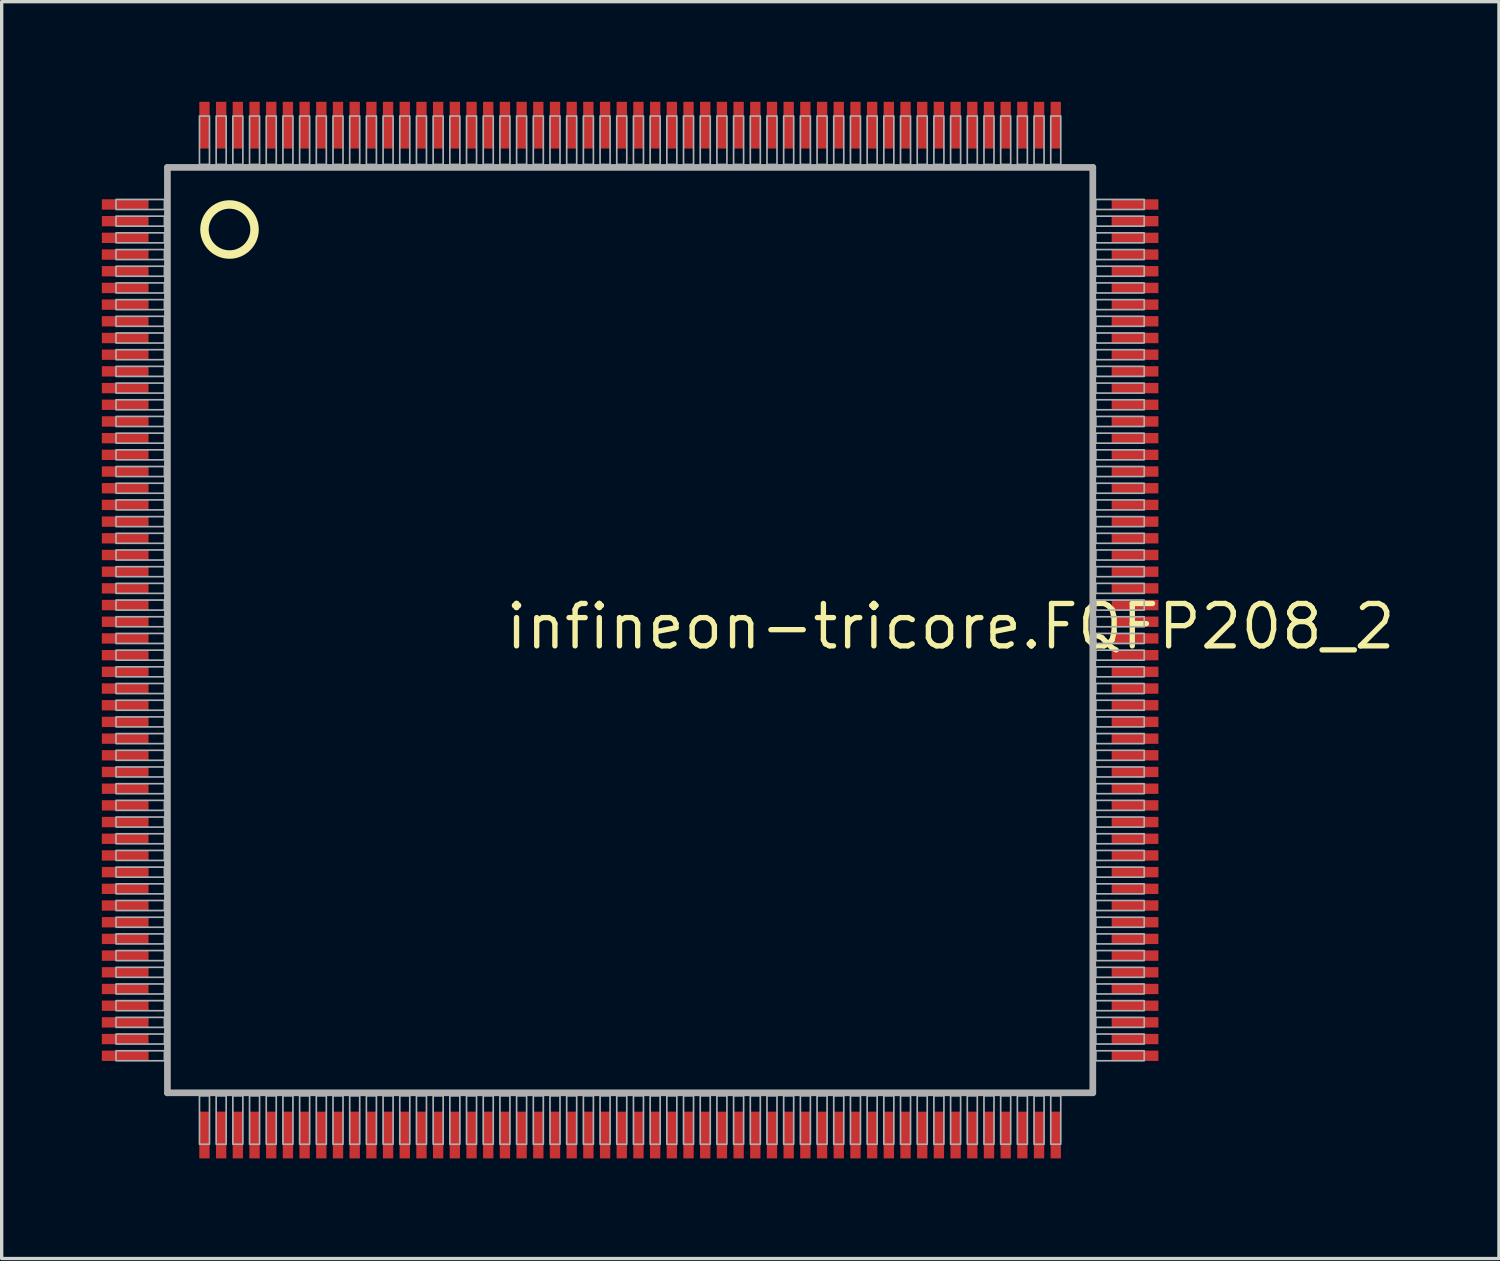
<source format=kicad_pcb>
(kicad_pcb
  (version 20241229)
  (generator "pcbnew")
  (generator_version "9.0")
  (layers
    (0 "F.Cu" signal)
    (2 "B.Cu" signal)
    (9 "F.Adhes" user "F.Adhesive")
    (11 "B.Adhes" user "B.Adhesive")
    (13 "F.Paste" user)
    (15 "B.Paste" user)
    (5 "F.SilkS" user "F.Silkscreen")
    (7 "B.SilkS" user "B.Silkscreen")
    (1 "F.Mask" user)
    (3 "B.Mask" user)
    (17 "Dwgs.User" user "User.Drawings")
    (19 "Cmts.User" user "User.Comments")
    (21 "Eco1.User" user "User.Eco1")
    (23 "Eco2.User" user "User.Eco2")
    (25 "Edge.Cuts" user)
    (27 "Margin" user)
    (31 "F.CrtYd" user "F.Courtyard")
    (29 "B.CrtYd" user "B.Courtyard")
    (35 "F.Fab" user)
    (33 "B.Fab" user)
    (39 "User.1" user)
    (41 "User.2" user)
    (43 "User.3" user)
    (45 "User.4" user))
  (footprint "infineon-tricore.FQFP208_2"
    (layer "F.Cu")
    (at 15.825 15.825)
    (property "Reference" "infineon-tricore.FQFP208_2" (at -3.81 0.635 0) (layer "F.SilkS") (effects (font (size 1.27 1.27) (thickness 0.16)) (justify left bottom)))
    (attr smd)
    (fp_circle (center -12 -12) (end -11.25 -12) (stroke (width 0.254) (type default)) (fill no) (layer "F.SilkS"))
    (fp_line (start -13.86 -13.86) (end -13.86 13.86) (stroke (width 0.2) (type default)) (layer "F.Fab"))
    (fp_line (start -13.86 13.86) (end 13.86 13.86) (stroke (width 0.2) (type default)) (layer "F.Fab"))
    (fp_line (start 13.86 -13.86) (end -13.86 -13.86) (stroke (width 0.2) (type default)) (layer "F.Fab"))
    (fp_line (start 13.86 13.86) (end 13.86 -13.86) (stroke (width 0.2) (type default)) (layer "F.Fab"))
    (fp_rect (start -15.4 -12.6) (end -13.95 -12.9) (stroke (width 0.05) (type default)) (fill no) (layer "F.Fab"))
    (fp_rect (start -15.4 -12.1) (end -13.95 -12.4) (stroke (width 0.05) (type default)) (fill no) (layer "F.Fab"))
    (fp_rect (start -15.4 -11.6) (end -13.95 -11.9) (stroke (width 0.05) (type default)) (fill no) (layer "F.Fab"))
    (fp_rect (start -15.4 -11.1) (end -13.95 -11.4) (stroke (width 0.05) (type default)) (fill no) (layer "F.Fab"))
    (fp_rect (start -15.4 -10.6) (end -13.95 -10.9) (stroke (width 0.05) (type default)) (fill no) (layer "F.Fab"))
    (fp_rect (start -15.4 -10.1) (end -13.95 -10.4) (stroke (width 0.05) (type default)) (fill no) (layer "F.Fab"))
    (fp_rect (start -15.4 -9.6) (end -13.95 -9.9) (stroke (width 0.05) (type default)) (fill no) (layer "F.Fab"))
    (fp_rect (start -15.4 -9.1) (end -13.95 -9.4) (stroke (width 0.05) (type default)) (fill no) (layer "F.Fab"))
    (fp_rect (start -15.4 -8.6) (end -13.95 -8.9) (stroke (width 0.05) (type default)) (fill no) (layer "F.Fab"))
    (fp_rect (start -15.4 -8.1) (end -13.95 -8.4) (stroke (width 0.05) (type default)) (fill no) (layer "F.Fab"))
    (fp_rect (start -15.4 -7.6) (end -13.95 -7.9) (stroke (width 0.05) (type default)) (fill no) (layer "F.Fab"))
    (fp_rect (start -15.4 -7.1) (end -13.95 -7.4) (stroke (width 0.05) (type default)) (fill no) (layer "F.Fab"))
    (fp_rect (start -15.4 -6.6) (end -13.95 -6.9) (stroke (width 0.05) (type default)) (fill no) (layer "F.Fab"))
    (fp_rect (start -15.4 -6.1) (end -13.95 -6.4) (stroke (width 0.05) (type default)) (fill no) (layer "F.Fab"))
    (fp_rect (start -15.4 -5.6) (end -13.95 -5.9) (stroke (width 0.05) (type default)) (fill no) (layer "F.Fab"))
    (fp_rect (start -15.4 -5.1) (end -13.95 -5.4) (stroke (width 0.05) (type default)) (fill no) (layer "F.Fab"))
    (fp_rect (start -15.4 -4.6) (end -13.95 -4.9) (stroke (width 0.05) (type default)) (fill no) (layer "F.Fab"))
    (fp_rect (start -15.4 -4.1) (end -13.95 -4.4) (stroke (width 0.05) (type default)) (fill no) (layer "F.Fab"))
    (fp_rect (start -15.4 -3.6) (end -13.95 -3.9) (stroke (width 0.05) (type default)) (fill no) (layer "F.Fab"))
    (fp_rect (start -15.4 -3.1) (end -13.95 -3.4) (stroke (width 0.05) (type default)) (fill no) (layer "F.Fab"))
    (fp_rect (start -15.4 -2.6) (end -13.95 -2.9) (stroke (width 0.05) (type default)) (fill no) (layer "F.Fab"))
    (fp_rect (start -15.4 -2.1) (end -13.95 -2.4) (stroke (width 0.05) (type default)) (fill no) (layer "F.Fab"))
    (fp_rect (start -15.4 -1.6) (end -13.95 -1.9) (stroke (width 0.05) (type default)) (fill no) (layer "F.Fab"))
    (fp_rect (start -15.4 -1.1) (end -13.95 -1.4) (stroke (width 0.05) (type default)) (fill no) (layer "F.Fab"))
    (fp_rect (start -15.4 -0.6) (end -13.95 -0.9) (stroke (width 0.05) (type default)) (fill no) (layer "F.Fab"))
    (fp_rect (start -15.4 -0.1) (end -13.95 -0.4) (stroke (width 0.05) (type default)) (fill no) (layer "F.Fab"))
    (fp_rect (start -15.4 0.4) (end -13.95 0.1) (stroke (width 0.05) (type default)) (fill no) (layer "F.Fab"))
    (fp_rect (start -15.4 0.9) (end -13.95 0.6) (stroke (width 0.05) (type default)) (fill no) (layer "F.Fab"))
    (fp_rect (start -15.4 1.4) (end -13.95 1.1) (stroke (width 0.05) (type default)) (fill no) (layer "F.Fab"))
    (fp_rect (start -15.4 1.9) (end -13.95 1.6) (stroke (width 0.05) (type default)) (fill no) (layer "F.Fab"))
    (fp_rect (start -15.4 2.4) (end -13.95 2.1) (stroke (width 0.05) (type default)) (fill no) (layer "F.Fab"))
    (fp_rect (start -15.4 2.9) (end -13.95 2.6) (stroke (width 0.05) (type default)) (fill no) (layer "F.Fab"))
    (fp_rect (start -15.4 3.4) (end -13.95 3.1) (stroke (width 0.05) (type default)) (fill no) (layer "F.Fab"))
    (fp_rect (start -15.4 3.9) (end -13.95 3.6) (stroke (width 0.05) (type default)) (fill no) (layer "F.Fab"))
    (fp_rect (start -15.4 4.4) (end -13.95 4.1) (stroke (width 0.05) (type default)) (fill no) (layer "F.Fab"))
    (fp_rect (start -15.4 4.9) (end -13.95 4.6) (stroke (width 0.05) (type default)) (fill no) (layer "F.Fab"))
    (fp_rect (start -15.4 5.4) (end -13.95 5.1) (stroke (width 0.05) (type default)) (fill no) (layer "F.Fab"))
    (fp_rect (start -15.4 5.9) (end -13.95 5.6) (stroke (width 0.05) (type default)) (fill no) (layer "F.Fab"))
    (fp_rect (start -15.4 6.4) (end -13.95 6.1) (stroke (width 0.05) (type default)) (fill no) (layer "F.Fab"))
    (fp_rect (start -15.4 6.9) (end -13.95 6.6) (stroke (width 0.05) (type default)) (fill no) (layer "F.Fab"))
    (fp_rect (start -15.4 7.4) (end -13.95 7.1) (stroke (width 0.05) (type default)) (fill no) (layer "F.Fab"))
    (fp_rect (start -15.4 7.9) (end -13.95 7.6) (stroke (width 0.05) (type default)) (fill no) (layer "F.Fab"))
    (fp_rect (start -15.4 8.4) (end -13.95 8.1) (stroke (width 0.05) (type default)) (fill no) (layer "F.Fab"))
    (fp_rect (start -15.4 8.9) (end -13.95 8.6) (stroke (width 0.05) (type default)) (fill no) (layer "F.Fab"))
    (fp_rect (start -15.4 9.4) (end -13.95 9.1) (stroke (width 0.05) (type default)) (fill no) (layer "F.Fab"))
    (fp_rect (start -15.4 9.9) (end -13.95 9.6) (stroke (width 0.05) (type default)) (fill no) (layer "F.Fab"))
    (fp_rect (start -15.4 10.4) (end -13.95 10.1) (stroke (width 0.05) (type default)) (fill no) (layer "F.Fab"))
    (fp_rect (start -15.4 10.9) (end -13.95 10.6) (stroke (width 0.05) (type default)) (fill no) (layer "F.Fab"))
    (fp_rect (start -15.4 11.4) (end -13.95 11.1) (stroke (width 0.05) (type default)) (fill no) (layer "F.Fab"))
    (fp_rect (start -15.4 11.9) (end -13.95 11.6) (stroke (width 0.05) (type default)) (fill no) (layer "F.Fab"))
    (fp_rect (start -15.4 12.4) (end -13.95 12.1) (stroke (width 0.05) (type default)) (fill no) (layer "F.Fab"))
    (fp_rect (start -15.4 12.9) (end -13.95 12.6) (stroke (width 0.05) (type default)) (fill no) (layer "F.Fab"))
    (fp_rect (start -12.9 -13.95) (end -12.6 -15.4) (stroke (width 0.05) (type default)) (fill no) (layer "F.Fab"))
    (fp_rect (start -12.9 15.4) (end -12.6 13.95) (stroke (width 0.05) (type default)) (fill no) (layer "F.Fab"))
    (fp_rect (start -12.4 -13.95) (end -12.1 -15.4) (stroke (width 0.05) (type default)) (fill no) (layer "F.Fab"))
    (fp_rect (start -12.4 15.4) (end -12.1 13.95) (stroke (width 0.05) (type default)) (fill no) (layer "F.Fab"))
    (fp_rect (start -11.9 -13.95) (end -11.6 -15.4) (stroke (width 0.05) (type default)) (fill no) (layer "F.Fab"))
    (fp_rect (start -11.9 15.4) (end -11.6 13.95) (stroke (width 0.05) (type default)) (fill no) (layer "F.Fab"))
    (fp_rect (start -11.4 -13.95) (end -11.1 -15.4) (stroke (width 0.05) (type default)) (fill no) (layer "F.Fab"))
    (fp_rect (start -11.4 15.4) (end -11.1 13.95) (stroke (width 0.05) (type default)) (fill no) (layer "F.Fab"))
    (fp_rect (start -10.9 -13.95) (end -10.6 -15.4) (stroke (width 0.05) (type default)) (fill no) (layer "F.Fab"))
    (fp_rect (start -10.9 15.4) (end -10.6 13.95) (stroke (width 0.05) (type default)) (fill no) (layer "F.Fab"))
    (fp_rect (start -10.4 -13.95) (end -10.1 -15.4) (stroke (width 0.05) (type default)) (fill no) (layer "F.Fab"))
    (fp_rect (start -10.4 15.4) (end -10.1 13.95) (stroke (width 0.05) (type default)) (fill no) (layer "F.Fab"))
    (fp_rect (start -9.9 -13.95) (end -9.6 -15.4) (stroke (width 0.05) (type default)) (fill no) (layer "F.Fab"))
    (fp_rect (start -9.9 15.4) (end -9.6 13.95) (stroke (width 0.05) (type default)) (fill no) (layer "F.Fab"))
    (fp_rect (start -9.4 -13.95) (end -9.1 -15.4) (stroke (width 0.05) (type default)) (fill no) (layer "F.Fab"))
    (fp_rect (start -9.4 15.4) (end -9.1 13.95) (stroke (width 0.05) (type default)) (fill no) (layer "F.Fab"))
    (fp_rect (start -8.9 -13.95) (end -8.6 -15.4) (stroke (width 0.05) (type default)) (fill no) (layer "F.Fab"))
    (fp_rect (start -8.9 15.4) (end -8.6 13.95) (stroke (width 0.05) (type default)) (fill no) (layer "F.Fab"))
    (fp_rect (start -8.4 -13.95) (end -8.1 -15.4) (stroke (width 0.05) (type default)) (fill no) (layer "F.Fab"))
    (fp_rect (start -8.4 15.4) (end -8.1 13.95) (stroke (width 0.05) (type default)) (fill no) (layer "F.Fab"))
    (fp_rect (start -7.9 -13.95) (end -7.6 -15.4) (stroke (width 0.05) (type default)) (fill no) (layer "F.Fab"))
    (fp_rect (start -7.9 15.4) (end -7.6 13.95) (stroke (width 0.05) (type default)) (fill no) (layer "F.Fab"))
    (fp_rect (start -7.4 -13.95) (end -7.1 -15.4) (stroke (width 0.05) (type default)) (fill no) (layer "F.Fab"))
    (fp_rect (start -7.4 15.4) (end -7.1 13.95) (stroke (width 0.05) (type default)) (fill no) (layer "F.Fab"))
    (fp_rect (start -6.9 -13.95) (end -6.6 -15.4) (stroke (width 0.05) (type default)) (fill no) (layer "F.Fab"))
    (fp_rect (start -6.9 15.4) (end -6.6 13.95) (stroke (width 0.05) (type default)) (fill no) (layer "F.Fab"))
    (fp_rect (start -6.4 -13.95) (end -6.1 -15.4) (stroke (width 0.05) (type default)) (fill no) (layer "F.Fab"))
    (fp_rect (start -6.4 15.4) (end -6.1 13.95) (stroke (width 0.05) (type default)) (fill no) (layer "F.Fab"))
    (fp_rect (start -5.9 -13.95) (end -5.6 -15.4) (stroke (width 0.05) (type default)) (fill no) (layer "F.Fab"))
    (fp_rect (start -5.9 15.4) (end -5.6 13.95) (stroke (width 0.05) (type default)) (fill no) (layer "F.Fab"))
    (fp_rect (start -5.4 -13.95) (end -5.1 -15.4) (stroke (width 0.05) (type default)) (fill no) (layer "F.Fab"))
    (fp_rect (start -5.4 15.4) (end -5.1 13.95) (stroke (width 0.05) (type default)) (fill no) (layer "F.Fab"))
    (fp_rect (start -4.9 -13.95) (end -4.6 -15.4) (stroke (width 0.05) (type default)) (fill no) (layer "F.Fab"))
    (fp_rect (start -4.9 15.4) (end -4.6 13.95) (stroke (width 0.05) (type default)) (fill no) (layer "F.Fab"))
    (fp_rect (start -4.4 -13.95) (end -4.1 -15.4) (stroke (width 0.05) (type default)) (fill no) (layer "F.Fab"))
    (fp_rect (start -4.4 15.4) (end -4.1 13.95) (stroke (width 0.05) (type default)) (fill no) (layer "F.Fab"))
    (fp_rect (start -3.9 -13.95) (end -3.6 -15.4) (stroke (width 0.05) (type default)) (fill no) (layer "F.Fab"))
    (fp_rect (start -3.9 15.4) (end -3.6 13.95) (stroke (width 0.05) (type default)) (fill no) (layer "F.Fab"))
    (fp_rect (start -3.4 -13.95) (end -3.1 -15.4) (stroke (width 0.05) (type default)) (fill no) (layer "F.Fab"))
    (fp_rect (start -3.4 15.4) (end -3.1 13.95) (stroke (width 0.05) (type default)) (fill no) (layer "F.Fab"))
    (fp_rect (start -2.9 -13.95) (end -2.6 -15.4) (stroke (width 0.05) (type default)) (fill no) (layer "F.Fab"))
    (fp_rect (start -2.9 15.4) (end -2.6 13.95) (stroke (width 0.05) (type default)) (fill no) (layer "F.Fab"))
    (fp_rect (start -2.4 -13.95) (end -2.1 -15.4) (stroke (width 0.05) (type default)) (fill no) (layer "F.Fab"))
    (fp_rect (start -2.4 15.4) (end -2.1 13.95) (stroke (width 0.05) (type default)) (fill no) (layer "F.Fab"))
    (fp_rect (start -1.9 -13.95) (end -1.6 -15.4) (stroke (width 0.05) (type default)) (fill no) (layer "F.Fab"))
    (fp_rect (start -1.9 15.4) (end -1.6 13.95) (stroke (width 0.05) (type default)) (fill no) (layer "F.Fab"))
    (fp_rect (start -1.4 -13.95) (end -1.1 -15.4) (stroke (width 0.05) (type default)) (fill no) (layer "F.Fab"))
    (fp_rect (start -1.4 15.4) (end -1.1 13.95) (stroke (width 0.05) (type default)) (fill no) (layer "F.Fab"))
    (fp_rect (start -0.9 -13.95) (end -0.6 -15.4) (stroke (width 0.05) (type default)) (fill no) (layer "F.Fab"))
    (fp_rect (start -0.9 15.4) (end -0.6 13.95) (stroke (width 0.05) (type default)) (fill no) (layer "F.Fab"))
    (fp_rect (start -0.4 -13.95) (end -0.1 -15.4) (stroke (width 0.05) (type default)) (fill no) (layer "F.Fab"))
    (fp_rect (start -0.4 15.4) (end -0.1 13.95) (stroke (width 0.05) (type default)) (fill no) (layer "F.Fab"))
    (fp_rect (start 0.1 -13.95) (end 0.4 -15.4) (stroke (width 0.05) (type default)) (fill no) (layer "F.Fab"))
    (fp_rect (start 0.1 15.4) (end 0.4 13.95) (stroke (width 0.05) (type default)) (fill no) (layer "F.Fab"))
    (fp_rect (start 0.6 -13.95) (end 0.9 -15.4) (stroke (width 0.05) (type default)) (fill no) (layer "F.Fab"))
    (fp_rect (start 0.6 15.4) (end 0.9 13.95) (stroke (width 0.05) (type default)) (fill no) (layer "F.Fab"))
    (fp_rect (start 1.1 -13.95) (end 1.4 -15.4) (stroke (width 0.05) (type default)) (fill no) (layer "F.Fab"))
    (fp_rect (start 1.1 15.4) (end 1.4 13.95) (stroke (width 0.05) (type default)) (fill no) (layer "F.Fab"))
    (fp_rect (start 1.6 -13.95) (end 1.9 -15.4) (stroke (width 0.05) (type default)) (fill no) (layer "F.Fab"))
    (fp_rect (start 1.6 15.4) (end 1.9 13.95) (stroke (width 0.05) (type default)) (fill no) (layer "F.Fab"))
    (fp_rect (start 2.1 -13.95) (end 2.4 -15.4) (stroke (width 0.05) (type default)) (fill no) (layer "F.Fab"))
    (fp_rect (start 2.1 15.4) (end 2.4 13.95) (stroke (width 0.05) (type default)) (fill no) (layer "F.Fab"))
    (fp_rect (start 2.6 -13.95) (end 2.9 -15.4) (stroke (width 0.05) (type default)) (fill no) (layer "F.Fab"))
    (fp_rect (start 2.6 15.4) (end 2.9 13.95) (stroke (width 0.05) (type default)) (fill no) (layer "F.Fab"))
    (fp_rect (start 3.1 -13.95) (end 3.4 -15.4) (stroke (width 0.05) (type default)) (fill no) (layer "F.Fab"))
    (fp_rect (start 3.1 15.4) (end 3.4 13.95) (stroke (width 0.05) (type default)) (fill no) (layer "F.Fab"))
    (fp_rect (start 3.6 -13.95) (end 3.9 -15.4) (stroke (width 0.05) (type default)) (fill no) (layer "F.Fab"))
    (fp_rect (start 3.6 15.4) (end 3.9 13.95) (stroke (width 0.05) (type default)) (fill no) (layer "F.Fab"))
    (fp_rect (start 4.1 -13.95) (end 4.4 -15.4) (stroke (width 0.05) (type default)) (fill no) (layer "F.Fab"))
    (fp_rect (start 4.1 15.4) (end 4.4 13.95) (stroke (width 0.05) (type default)) (fill no) (layer "F.Fab"))
    (fp_rect (start 4.6 -13.95) (end 4.9 -15.4) (stroke (width 0.05) (type default)) (fill no) (layer "F.Fab"))
    (fp_rect (start 4.6 15.4) (end 4.9 13.95) (stroke (width 0.05) (type default)) (fill no) (layer "F.Fab"))
    (fp_rect (start 5.1 -13.95) (end 5.4 -15.4) (stroke (width 0.05) (type default)) (fill no) (layer "F.Fab"))
    (fp_rect (start 5.1 15.4) (end 5.4 13.95) (stroke (width 0.05) (type default)) (fill no) (layer "F.Fab"))
    (fp_rect (start 5.6 -13.95) (end 5.9 -15.4) (stroke (width 0.05) (type default)) (fill no) (layer "F.Fab"))
    (fp_rect (start 5.6 15.4) (end 5.9 13.95) (stroke (width 0.05) (type default)) (fill no) (layer "F.Fab"))
    (fp_rect (start 6.1 -13.95) (end 6.4 -15.4) (stroke (width 0.05) (type default)) (fill no) (layer "F.Fab"))
    (fp_rect (start 6.1 15.4) (end 6.4 13.95) (stroke (width 0.05) (type default)) (fill no) (layer "F.Fab"))
    (fp_rect (start 6.6 -13.95) (end 6.9 -15.4) (stroke (width 0.05) (type default)) (fill no) (layer "F.Fab"))
    (fp_rect (start 6.6 15.4) (end 6.9 13.95) (stroke (width 0.05) (type default)) (fill no) (layer "F.Fab"))
    (fp_rect (start 7.1 -13.95) (end 7.4 -15.4) (stroke (width 0.05) (type default)) (fill no) (layer "F.Fab"))
    (fp_rect (start 7.1 15.4) (end 7.4 13.95) (stroke (width 0.05) (type default)) (fill no) (layer "F.Fab"))
    (fp_rect (start 7.6 -13.95) (end 7.9 -15.4) (stroke (width 0.05) (type default)) (fill no) (layer "F.Fab"))
    (fp_rect (start 7.6 15.4) (end 7.9 13.95) (stroke (width 0.05) (type default)) (fill no) (layer "F.Fab"))
    (fp_rect (start 8.1 -13.95) (end 8.4 -15.4) (stroke (width 0.05) (type default)) (fill no) (layer "F.Fab"))
    (fp_rect (start 8.1 15.4) (end 8.4 13.95) (stroke (width 0.05) (type default)) (fill no) (layer "F.Fab"))
    (fp_rect (start 8.6 -13.95) (end 8.9 -15.4) (stroke (width 0.05) (type default)) (fill no) (layer "F.Fab"))
    (fp_rect (start 8.6 15.4) (end 8.9 13.95) (stroke (width 0.05) (type default)) (fill no) (layer "F.Fab"))
    (fp_rect (start 9.1 -13.95) (end 9.4 -15.4) (stroke (width 0.05) (type default)) (fill no) (layer "F.Fab"))
    (fp_rect (start 9.1 15.4) (end 9.4 13.95) (stroke (width 0.05) (type default)) (fill no) (layer "F.Fab"))
    (fp_rect (start 9.6 -13.95) (end 9.9 -15.4) (stroke (width 0.05) (type default)) (fill no) (layer "F.Fab"))
    (fp_rect (start 9.6 15.4) (end 9.9 13.95) (stroke (width 0.05) (type default)) (fill no) (layer "F.Fab"))
    (fp_rect (start 10.1 -13.95) (end 10.4 -15.4) (stroke (width 0.05) (type default)) (fill no) (layer "F.Fab"))
    (fp_rect (start 10.1 15.4) (end 10.4 13.95) (stroke (width 0.05) (type default)) (fill no) (layer "F.Fab"))
    (fp_rect (start 10.6 -13.95) (end 10.9 -15.4) (stroke (width 0.05) (type default)) (fill no) (layer "F.Fab"))
    (fp_rect (start 10.6 15.4) (end 10.9 13.95) (stroke (width 0.05) (type default)) (fill no) (layer "F.Fab"))
    (fp_rect (start 11.1 -13.95) (end 11.4 -15.4) (stroke (width 0.05) (type default)) (fill no) (layer "F.Fab"))
    (fp_rect (start 11.1 15.4) (end 11.4 13.95) (stroke (width 0.05) (type default)) (fill no) (layer "F.Fab"))
    (fp_rect (start 11.6 -13.95) (end 11.9 -15.4) (stroke (width 0.05) (type default)) (fill no) (layer "F.Fab"))
    (fp_rect (start 11.6 15.4) (end 11.9 13.95) (stroke (width 0.05) (type default)) (fill no) (layer "F.Fab"))
    (fp_rect (start 12.1 -13.95) (end 12.4 -15.4) (stroke (width 0.05) (type default)) (fill no) (layer "F.Fab"))
    (fp_rect (start 12.1 15.4) (end 12.4 13.95) (stroke (width 0.05) (type default)) (fill no) (layer "F.Fab"))
    (fp_rect (start 12.6 -13.95) (end 12.9 -15.4) (stroke (width 0.05) (type default)) (fill no) (layer "F.Fab"))
    (fp_rect (start 12.6 15.4) (end 12.9 13.95) (stroke (width 0.05) (type default)) (fill no) (layer "F.Fab"))
    (fp_rect (start 13.95 -12.6) (end 15.4 -12.9) (stroke (width 0.05) (type default)) (fill no) (layer "F.Fab"))
    (fp_rect (start 13.95 -12.1) (end 15.4 -12.4) (stroke (width 0.05) (type default)) (fill no) (layer "F.Fab"))
    (fp_rect (start 13.95 -11.6) (end 15.4 -11.9) (stroke (width 0.05) (type default)) (fill no) (layer "F.Fab"))
    (fp_rect (start 13.95 -11.1) (end 15.4 -11.4) (stroke (width 0.05) (type default)) (fill no) (layer "F.Fab"))
    (fp_rect (start 13.95 -10.6) (end 15.4 -10.9) (stroke (width 0.05) (type default)) (fill no) (layer "F.Fab"))
    (fp_rect (start 13.95 -10.1) (end 15.4 -10.4) (stroke (width 0.05) (type default)) (fill no) (layer "F.Fab"))
    (fp_rect (start 13.95 -9.6) (end 15.4 -9.9) (stroke (width 0.05) (type default)) (fill no) (layer "F.Fab"))
    (fp_rect (start 13.95 -9.1) (end 15.4 -9.4) (stroke (width 0.05) (type default)) (fill no) (layer "F.Fab"))
    (fp_rect (start 13.95 -8.6) (end 15.4 -8.9) (stroke (width 0.05) (type default)) (fill no) (layer "F.Fab"))
    (fp_rect (start 13.95 -8.1) (end 15.4 -8.4) (stroke (width 0.05) (type default)) (fill no) (layer "F.Fab"))
    (fp_rect (start 13.95 -7.6) (end 15.4 -7.9) (stroke (width 0.05) (type default)) (fill no) (layer "F.Fab"))
    (fp_rect (start 13.95 -7.1) (end 15.4 -7.4) (stroke (width 0.05) (type default)) (fill no) (layer "F.Fab"))
    (fp_rect (start 13.95 -6.6) (end 15.4 -6.9) (stroke (width 0.05) (type default)) (fill no) (layer "F.Fab"))
    (fp_rect (start 13.95 -6.1) (end 15.4 -6.4) (stroke (width 0.05) (type default)) (fill no) (layer "F.Fab"))
    (fp_rect (start 13.95 -5.6) (end 15.4 -5.9) (stroke (width 0.05) (type default)) (fill no) (layer "F.Fab"))
    (fp_rect (start 13.95 -5.1) (end 15.4 -5.4) (stroke (width 0.05) (type default)) (fill no) (layer "F.Fab"))
    (fp_rect (start 13.95 -4.6) (end 15.4 -4.9) (stroke (width 0.05) (type default)) (fill no) (layer "F.Fab"))
    (fp_rect (start 13.95 -4.1) (end 15.4 -4.4) (stroke (width 0.05) (type default)) (fill no) (layer "F.Fab"))
    (fp_rect (start 13.95 -3.6) (end 15.4 -3.9) (stroke (width 0.05) (type default)) (fill no) (layer "F.Fab"))
    (fp_rect (start 13.95 -3.1) (end 15.4 -3.4) (stroke (width 0.05) (type default)) (fill no) (layer "F.Fab"))
    (fp_rect (start 13.95 -2.6) (end 15.4 -2.9) (stroke (width 0.05) (type default)) (fill no) (layer "F.Fab"))
    (fp_rect (start 13.95 -2.1) (end 15.4 -2.4) (stroke (width 0.05) (type default)) (fill no) (layer "F.Fab"))
    (fp_rect (start 13.95 -1.6) (end 15.4 -1.9) (stroke (width 0.05) (type default)) (fill no) (layer "F.Fab"))
    (fp_rect (start 13.95 -1.1) (end 15.4 -1.4) (stroke (width 0.05) (type default)) (fill no) (layer "F.Fab"))
    (fp_rect (start 13.95 -0.6) (end 15.4 -0.9) (stroke (width 0.05) (type default)) (fill no) (layer "F.Fab"))
    (fp_rect (start 13.95 -0.1) (end 15.4 -0.4) (stroke (width 0.05) (type default)) (fill no) (layer "F.Fab"))
    (fp_rect (start 13.95 0.4) (end 15.4 0.1) (stroke (width 0.05) (type default)) (fill no) (layer "F.Fab"))
    (fp_rect (start 13.95 0.9) (end 15.4 0.6) (stroke (width 0.05) (type default)) (fill no) (layer "F.Fab"))
    (fp_rect (start 13.95 1.4) (end 15.4 1.1) (stroke (width 0.05) (type default)) (fill no) (layer "F.Fab"))
    (fp_rect (start 13.95 1.9) (end 15.4 1.6) (stroke (width 0.05) (type default)) (fill no) (layer "F.Fab"))
    (fp_rect (start 13.95 2.4) (end 15.4 2.1) (stroke (width 0.05) (type default)) (fill no) (layer "F.Fab"))
    (fp_rect (start 13.95 2.9) (end 15.4 2.6) (stroke (width 0.05) (type default)) (fill no) (layer "F.Fab"))
    (fp_rect (start 13.95 3.4) (end 15.4 3.1) (stroke (width 0.05) (type default)) (fill no) (layer "F.Fab"))
    (fp_rect (start 13.95 3.9) (end 15.4 3.6) (stroke (width 0.05) (type default)) (fill no) (layer "F.Fab"))
    (fp_rect (start 13.95 4.4) (end 15.4 4.1) (stroke (width 0.05) (type default)) (fill no) (layer "F.Fab"))
    (fp_rect (start 13.95 4.9) (end 15.4 4.6) (stroke (width 0.05) (type default)) (fill no) (layer "F.Fab"))
    (fp_rect (start 13.95 5.4) (end 15.4 5.1) (stroke (width 0.05) (type default)) (fill no) (layer "F.Fab"))
    (fp_rect (start 13.95 5.9) (end 15.4 5.6) (stroke (width 0.05) (type default)) (fill no) (layer "F.Fab"))
    (fp_rect (start 13.95 6.4) (end 15.4 6.1) (stroke (width 0.05) (type default)) (fill no) (layer "F.Fab"))
    (fp_rect (start 13.95 6.9) (end 15.4 6.6) (stroke (width 0.05) (type default)) (fill no) (layer "F.Fab"))
    (fp_rect (start 13.95 7.4) (end 15.4 7.1) (stroke (width 0.05) (type default)) (fill no) (layer "F.Fab"))
    (fp_rect (start 13.95 7.9) (end 15.4 7.6) (stroke (width 0.05) (type default)) (fill no) (layer "F.Fab"))
    (fp_rect (start 13.95 8.4) (end 15.4 8.1) (stroke (width 0.05) (type default)) (fill no) (layer "F.Fab"))
    (fp_rect (start 13.95 8.9) (end 15.4 8.6) (stroke (width 0.05) (type default)) (fill no) (layer "F.Fab"))
    (fp_rect (start 13.95 9.4) (end 15.4 9.1) (stroke (width 0.05) (type default)) (fill no) (layer "F.Fab"))
    (fp_rect (start 13.95 9.9) (end 15.4 9.6) (stroke (width 0.05) (type default)) (fill no) (layer "F.Fab"))
    (fp_rect (start 13.95 10.4) (end 15.4 10.1) (stroke (width 0.05) (type default)) (fill no) (layer "F.Fab"))
    (fp_rect (start 13.95 10.9) (end 15.4 10.6) (stroke (width 0.05) (type default)) (fill no) (layer "F.Fab"))
    (fp_rect (start 13.95 11.4) (end 15.4 11.1) (stroke (width 0.05) (type default)) (fill no) (layer "F.Fab"))
    (fp_rect (start 13.95 11.9) (end 15.4 11.6) (stroke (width 0.05) (type default)) (fill no) (layer "F.Fab"))
    (fp_rect (start 13.95 12.4) (end 15.4 12.1) (stroke (width 0.05) (type default)) (fill no) (layer "F.Fab"))
    (fp_rect (start 13.95 12.9) (end 15.4 12.6) (stroke (width 0.05) (type default)) (fill no) (layer "F.Fab"))
    (pad "1" smd roundrect (at -15.125 -12.75) (size 1.4 0.31) (layers "F.Cu" "F.Mask" "F.Paste") (roundrect_rratio 0.01))
    (pad "2" smd roundrect (at -15.125 -12.25) (size 1.4 0.31) (layers "F.Cu" "F.Mask" "F.Paste") (roundrect_rratio 0.01))
    (pad "3" smd roundrect (at -15.125 -11.75) (size 1.4 0.31) (layers "F.Cu" "F.Mask" "F.Paste") (roundrect_rratio 0.01))
    (pad "4" smd roundrect (at -15.125 -11.25) (size 1.4 0.31) (layers "F.Cu" "F.Mask" "F.Paste") (roundrect_rratio 0.01))
    (pad "5" smd roundrect (at -15.125 -10.75) (size 1.4 0.31) (layers "F.Cu" "F.Mask" "F.Paste") (roundrect_rratio 0.01))
    (pad "6" smd roundrect (at -15.125 -10.25) (size 1.4 0.31) (layers "F.Cu" "F.Mask" "F.Paste") (roundrect_rratio 0.01))
    (pad "7" smd roundrect (at -15.125 -9.75) (size 1.4 0.31) (layers "F.Cu" "F.Mask" "F.Paste") (roundrect_rratio 0.01))
    (pad "8" smd roundrect (at -15.125 -9.25) (size 1.4 0.31) (layers "F.Cu" "F.Mask" "F.Paste") (roundrect_rratio 0.01))
    (pad "9" smd roundrect (at -15.125 -8.75) (size 1.4 0.31) (layers "F.Cu" "F.Mask" "F.Paste") (roundrect_rratio 0.01))
    (pad "10" smd roundrect (at -15.125 -8.25) (size 1.4 0.31) (layers "F.Cu" "F.Mask" "F.Paste") (roundrect_rratio 0.01))
    (pad "11" smd roundrect (at -15.125 -7.75) (size 1.4 0.31) (layers "F.Cu" "F.Mask" "F.Paste") (roundrect_rratio 0.01))
    (pad "12" smd roundrect (at -15.125 -7.25) (size 1.4 0.31) (layers "F.Cu" "F.Mask" "F.Paste") (roundrect_rratio 0.01))
    (pad "13" smd roundrect (at -15.125 -6.75) (size 1.4 0.31) (layers "F.Cu" "F.Mask" "F.Paste") (roundrect_rratio 0.01))
    (pad "14" smd roundrect (at -15.125 -6.25) (size 1.4 0.31) (layers "F.Cu" "F.Mask" "F.Paste") (roundrect_rratio 0.01))
    (pad "15" smd roundrect (at -15.125 -5.75) (size 1.4 0.31) (layers "F.Cu" "F.Mask" "F.Paste") (roundrect_rratio 0.01))
    (pad "16" smd roundrect (at -15.125 -5.25) (size 1.4 0.31) (layers "F.Cu" "F.Mask" "F.Paste") (roundrect_rratio 0.01))
    (pad "17" smd roundrect (at -15.125 -4.75) (size 1.4 0.31) (layers "F.Cu" "F.Mask" "F.Paste") (roundrect_rratio 0.01))
    (pad "18" smd roundrect (at -15.125 -4.25) (size 1.4 0.31) (layers "F.Cu" "F.Mask" "F.Paste") (roundrect_rratio 0.01))
    (pad "19" smd roundrect (at -15.125 -3.75) (size 1.4 0.31) (layers "F.Cu" "F.Mask" "F.Paste") (roundrect_rratio 0.01))
    (pad "20" smd roundrect (at -15.125 -3.25) (size 1.4 0.31) (layers "F.Cu" "F.Mask" "F.Paste") (roundrect_rratio 0.01))
    (pad "21" smd roundrect (at -15.125 -2.75) (size 1.4 0.31) (layers "F.Cu" "F.Mask" "F.Paste") (roundrect_rratio 0.01))
    (pad "22" smd roundrect (at -15.125 -2.25) (size 1.4 0.31) (layers "F.Cu" "F.Mask" "F.Paste") (roundrect_rratio 0.01))
    (pad "23" smd roundrect (at -15.125 -1.75) (size 1.4 0.31) (layers "F.Cu" "F.Mask" "F.Paste") (roundrect_rratio 0.01))
    (pad "24" smd roundrect (at -15.125 -1.25) (size 1.4 0.31) (layers "F.Cu" "F.Mask" "F.Paste") (roundrect_rratio 0.01))
    (pad "25" smd roundrect (at -15.125 -0.75) (size 1.4 0.31) (layers "F.Cu" "F.Mask" "F.Paste") (roundrect_rratio 0.01))
    (pad "26" smd roundrect (at -15.125 -0.25) (size 1.4 0.31) (layers "F.Cu" "F.Mask" "F.Paste") (roundrect_rratio 0.01))
    (pad "27" smd roundrect (at -15.125 0.25) (size 1.4 0.31) (layers "F.Cu" "F.Mask" "F.Paste") (roundrect_rratio 0.01))
    (pad "28" smd roundrect (at -15.125 0.75) (size 1.4 0.31) (layers "F.Cu" "F.Mask" "F.Paste") (roundrect_rratio 0.01))
    (pad "29" smd roundrect (at -15.125 1.25) (size 1.4 0.31) (layers "F.Cu" "F.Mask" "F.Paste") (roundrect_rratio 0.01))
    (pad "30" smd roundrect (at -15.125 1.75) (size 1.4 0.31) (layers "F.Cu" "F.Mask" "F.Paste") (roundrect_rratio 0.01))
    (pad "31" smd roundrect (at -15.125 2.25) (size 1.4 0.31) (layers "F.Cu" "F.Mask" "F.Paste") (roundrect_rratio 0.01))
    (pad "32" smd roundrect (at -15.125 2.75) (size 1.4 0.31) (layers "F.Cu" "F.Mask" "F.Paste") (roundrect_rratio 0.01))
    (pad "33" smd roundrect (at -15.125 3.25) (size 1.4 0.31) (layers "F.Cu" "F.Mask" "F.Paste") (roundrect_rratio 0.01))
    (pad "34" smd roundrect (at -15.125 3.75) (size 1.4 0.31) (layers "F.Cu" "F.Mask" "F.Paste") (roundrect_rratio 0.01))
    (pad "35" smd roundrect (at -15.125 4.25) (size 1.4 0.31) (layers "F.Cu" "F.Mask" "F.Paste") (roundrect_rratio 0.01))
    (pad "36" smd roundrect (at -15.125 4.75) (size 1.4 0.31) (layers "F.Cu" "F.Mask" "F.Paste") (roundrect_rratio 0.01))
    (pad "37" smd roundrect (at -15.125 5.25) (size 1.4 0.31) (layers "F.Cu" "F.Mask" "F.Paste") (roundrect_rratio 0.01))
    (pad "38" smd roundrect (at -15.125 5.75) (size 1.4 0.31) (layers "F.Cu" "F.Mask" "F.Paste") (roundrect_rratio 0.01))
    (pad "39" smd roundrect (at -15.125 6.25) (size 1.4 0.31) (layers "F.Cu" "F.Mask" "F.Paste") (roundrect_rratio 0.01))
    (pad "40" smd roundrect (at -15.125 6.75) (size 1.4 0.31) (layers "F.Cu" "F.Mask" "F.Paste") (roundrect_rratio 0.01))
    (pad "41" smd roundrect (at -15.125 7.25) (size 1.4 0.31) (layers "F.Cu" "F.Mask" "F.Paste") (roundrect_rratio 0.01))
    (pad "42" smd roundrect (at -15.125 7.75) (size 1.4 0.31) (layers "F.Cu" "F.Mask" "F.Paste") (roundrect_rratio 0.01))
    (pad "43" smd roundrect (at -15.125 8.25) (size 1.4 0.31) (layers "F.Cu" "F.Mask" "F.Paste") (roundrect_rratio 0.01))
    (pad "44" smd roundrect (at -15.125 8.75) (size 1.4 0.31) (layers "F.Cu" "F.Mask" "F.Paste") (roundrect_rratio 0.01))
    (pad "45" smd roundrect (at -15.125 9.25) (size 1.4 0.31) (layers "F.Cu" "F.Mask" "F.Paste") (roundrect_rratio 0.01))
    (pad "46" smd roundrect (at -15.125 9.75) (size 1.4 0.31) (layers "F.Cu" "F.Mask" "F.Paste") (roundrect_rratio 0.01))
    (pad "47" smd roundrect (at -15.125 10.25) (size 1.4 0.31) (layers "F.Cu" "F.Mask" "F.Paste") (roundrect_rratio 0.01))
    (pad "48" smd roundrect (at -15.125 10.75) (size 1.4 0.31) (layers "F.Cu" "F.Mask" "F.Paste") (roundrect_rratio 0.01))
    (pad "49" smd roundrect (at -15.125 11.25) (size 1.4 0.31) (layers "F.Cu" "F.Mask" "F.Paste") (roundrect_rratio 0.01))
    (pad "50" smd roundrect (at -15.125 11.75) (size 1.4 0.31) (layers "F.Cu" "F.Mask" "F.Paste") (roundrect_rratio 0.01))
    (pad "51" smd roundrect (at -15.125 12.25) (size 1.4 0.31) (layers "F.Cu" "F.Mask" "F.Paste") (roundrect_rratio 0.01))
    (pad "52" smd roundrect (at -15.125 12.75) (size 1.4 0.31) (layers "F.Cu" "F.Mask" "F.Paste") (roundrect_rratio 0.01))
    (pad "53" smd roundrect (at -12.75 15.125) (size 0.31 1.4) (layers "F.Cu" "F.Mask" "F.Paste") (roundrect_rratio 0.01))
    (pad "54" smd roundrect (at -12.25 15.125) (size 0.31 1.4) (layers "F.Cu" "F.Mask" "F.Paste") (roundrect_rratio 0.01))
    (pad "55" smd roundrect (at -11.75 15.125) (size 0.31 1.4) (layers "F.Cu" "F.Mask" "F.Paste") (roundrect_rratio 0.01))
    (pad "56" smd roundrect (at -11.25 15.125) (size 0.31 1.4) (layers "F.Cu" "F.Mask" "F.Paste") (roundrect_rratio 0.01))
    (pad "57" smd roundrect (at -10.75 15.125) (size 0.31 1.4) (layers "F.Cu" "F.Mask" "F.Paste") (roundrect_rratio 0.01))
    (pad "58" smd roundrect (at -10.25 15.125) (size 0.31 1.4) (layers "F.Cu" "F.Mask" "F.Paste") (roundrect_rratio 0.01))
    (pad "59" smd roundrect (at -9.75 15.125) (size 0.31 1.4) (layers "F.Cu" "F.Mask" "F.Paste") (roundrect_rratio 0.01))
    (pad "60" smd roundrect (at -9.25 15.125) (size 0.31 1.4) (layers "F.Cu" "F.Mask" "F.Paste") (roundrect_rratio 0.01))
    (pad "61" smd roundrect (at -8.75 15.125) (size 0.31 1.4) (layers "F.Cu" "F.Mask" "F.Paste") (roundrect_rratio 0.01))
    (pad "62" smd roundrect (at -8.25 15.125) (size 0.31 1.4) (layers "F.Cu" "F.Mask" "F.Paste") (roundrect_rratio 0.01))
    (pad "63" smd roundrect (at -7.75 15.125) (size 0.31 1.4) (layers "F.Cu" "F.Mask" "F.Paste") (roundrect_rratio 0.01))
    (pad "64" smd roundrect (at -7.25 15.125) (size 0.31 1.4) (layers "F.Cu" "F.Mask" "F.Paste") (roundrect_rratio 0.01))
    (pad "65" smd roundrect (at -6.75 15.125) (size 0.31 1.4) (layers "F.Cu" "F.Mask" "F.Paste") (roundrect_rratio 0.01))
    (pad "66" smd roundrect (at -6.25 15.125) (size 0.31 1.4) (layers "F.Cu" "F.Mask" "F.Paste") (roundrect_rratio 0.01))
    (pad "67" smd roundrect (at -5.75 15.125) (size 0.31 1.4) (layers "F.Cu" "F.Mask" "F.Paste") (roundrect_rratio 0.01))
    (pad "68" smd roundrect (at -5.25 15.125) (size 0.31 1.4) (layers "F.Cu" "F.Mask" "F.Paste") (roundrect_rratio 0.01))
    (pad "69" smd roundrect (at -4.75 15.125) (size 0.31 1.4) (layers "F.Cu" "F.Mask" "F.Paste") (roundrect_rratio 0.01))
    (pad "70" smd roundrect (at -4.25 15.125) (size 0.31 1.4) (layers "F.Cu" "F.Mask" "F.Paste") (roundrect_rratio 0.01))
    (pad "71" smd roundrect (at -3.75 15.125) (size 0.31 1.4) (layers "F.Cu" "F.Mask" "F.Paste") (roundrect_rratio 0.01))
    (pad "72" smd roundrect (at -3.25 15.125) (size 0.31 1.4) (layers "F.Cu" "F.Mask" "F.Paste") (roundrect_rratio 0.01))
    (pad "73" smd roundrect (at -2.75 15.125) (size 0.31 1.4) (layers "F.Cu" "F.Mask" "F.Paste") (roundrect_rratio 0.01))
    (pad "74" smd roundrect (at -2.25 15.125) (size 0.31 1.4) (layers "F.Cu" "F.Mask" "F.Paste") (roundrect_rratio 0.01))
    (pad "75" smd roundrect (at -1.75 15.125) (size 0.31 1.4) (layers "F.Cu" "F.Mask" "F.Paste") (roundrect_rratio 0.01))
    (pad "76" smd roundrect (at -1.25 15.125) (size 0.31 1.4) (layers "F.Cu" "F.Mask" "F.Paste") (roundrect_rratio 0.01))
    (pad "77" smd roundrect (at -0.75 15.125) (size 0.31 1.4) (layers "F.Cu" "F.Mask" "F.Paste") (roundrect_rratio 0.01))
    (pad "78" smd roundrect (at -0.25 15.125) (size 0.31 1.4) (layers "F.Cu" "F.Mask" "F.Paste") (roundrect_rratio 0.01))
    (pad "79" smd roundrect (at 0.25 15.125) (size 0.31 1.4) (layers "F.Cu" "F.Mask" "F.Paste") (roundrect_rratio 0.01))
    (pad "80" smd roundrect (at 0.75 15.125) (size 0.31 1.4) (layers "F.Cu" "F.Mask" "F.Paste") (roundrect_rratio 0.01))
    (pad "81" smd roundrect (at 1.25 15.125) (size 0.31 1.4) (layers "F.Cu" "F.Mask" "F.Paste") (roundrect_rratio 0.01))
    (pad "82" smd roundrect (at 1.75 15.125) (size 0.31 1.4) (layers "F.Cu" "F.Mask" "F.Paste") (roundrect_rratio 0.01))
    (pad "83" smd roundrect (at 2.25 15.125) (size 0.31 1.4) (layers "F.Cu" "F.Mask" "F.Paste") (roundrect_rratio 0.01))
    (pad "84" smd roundrect (at 2.75 15.125) (size 0.31 1.4) (layers "F.Cu" "F.Mask" "F.Paste") (roundrect_rratio 0.01))
    (pad "85" smd roundrect (at 3.25 15.125) (size 0.31 1.4) (layers "F.Cu" "F.Mask" "F.Paste") (roundrect_rratio 0.01))
    (pad "86" smd roundrect (at 3.75 15.125) (size 0.31 1.4) (layers "F.Cu" "F.Mask" "F.Paste") (roundrect_rratio 0.01))
    (pad "87" smd roundrect (at 4.25 15.125) (size 0.31 1.4) (layers "F.Cu" "F.Mask" "F.Paste") (roundrect_rratio 0.01))
    (pad "88" smd roundrect (at 4.75 15.125) (size 0.31 1.4) (layers "F.Cu" "F.Mask" "F.Paste") (roundrect_rratio 0.01))
    (pad "89" smd roundrect (at 5.25 15.125) (size 0.31 1.4) (layers "F.Cu" "F.Mask" "F.Paste") (roundrect_rratio 0.01))
    (pad "90" smd roundrect (at 5.75 15.125) (size 0.31 1.4) (layers "F.Cu" "F.Mask" "F.Paste") (roundrect_rratio 0.01))
    (pad "91" smd roundrect (at 6.25 15.125) (size 0.31 1.4) (layers "F.Cu" "F.Mask" "F.Paste") (roundrect_rratio 0.01))
    (pad "92" smd roundrect (at 6.75 15.125) (size 0.31 1.4) (layers "F.Cu" "F.Mask" "F.Paste") (roundrect_rratio 0.01))
    (pad "93" smd roundrect (at 7.25 15.125) (size 0.31 1.4) (layers "F.Cu" "F.Mask" "F.Paste") (roundrect_rratio 0.01))
    (pad "94" smd roundrect (at 7.75 15.125) (size 0.31 1.4) (layers "F.Cu" "F.Mask" "F.Paste") (roundrect_rratio 0.01))
    (pad "95" smd roundrect (at 8.25 15.125) (size 0.31 1.4) (layers "F.Cu" "F.Mask" "F.Paste") (roundrect_rratio 0.01))
    (pad "96" smd roundrect (at 8.75 15.125) (size 0.31 1.4) (layers "F.Cu" "F.Mask" "F.Paste") (roundrect_rratio 0.01))
    (pad "97" smd roundrect (at 9.25 15.125) (size 0.31 1.4) (layers "F.Cu" "F.Mask" "F.Paste") (roundrect_rratio 0.01))
    (pad "98" smd roundrect (at 9.75 15.125) (size 0.31 1.4) (layers "F.Cu" "F.Mask" "F.Paste") (roundrect_rratio 0.01))
    (pad "99" smd roundrect (at 10.25 15.125) (size 0.31 1.4) (layers "F.Cu" "F.Mask" "F.Paste") (roundrect_rratio 0.01))
    (pad "100" smd roundrect (at 10.75 15.125) (size 0.31 1.4) (layers "F.Cu" "F.Mask" "F.Paste") (roundrect_rratio 0.01))
    (pad "101" smd roundrect (at 11.25 15.125) (size 0.31 1.4) (layers "F.Cu" "F.Mask" "F.Paste") (roundrect_rratio 0.01))
    (pad "102" smd roundrect (at 11.75 15.125) (size 0.31 1.4) (layers "F.Cu" "F.Mask" "F.Paste") (roundrect_rratio 0.01))
    (pad "103" smd roundrect (at 12.25 15.125) (size 0.31 1.4) (layers "F.Cu" "F.Mask" "F.Paste") (roundrect_rratio 0.01))
    (pad "104" smd roundrect (at 12.75 15.125) (size 0.31 1.4) (layers "F.Cu" "F.Mask" "F.Paste") (roundrect_rratio 0.01))
    (pad "105" smd roundrect (at 15.125 12.75) (size 1.4 0.31) (layers "F.Cu" "F.Mask" "F.Paste") (roundrect_rratio 0.01))
    (pad "106" smd roundrect (at 15.125 12.25) (size 1.4 0.31) (layers "F.Cu" "F.Mask" "F.Paste") (roundrect_rratio 0.01))
    (pad "107" smd roundrect (at 15.125 11.75) (size 1.4 0.31) (layers "F.Cu" "F.Mask" "F.Paste") (roundrect_rratio 0.01))
    (pad "108" smd roundrect (at 15.125 11.25) (size 1.4 0.31) (layers "F.Cu" "F.Mask" "F.Paste") (roundrect_rratio 0.01))
    (pad "109" smd roundrect (at 15.125 10.75) (size 1.4 0.31) (layers "F.Cu" "F.Mask" "F.Paste") (roundrect_rratio 0.01))
    (pad "110" smd roundrect (at 15.125 10.25) (size 1.4 0.31) (layers "F.Cu" "F.Mask" "F.Paste") (roundrect_rratio 0.01))
    (pad "111" smd roundrect (at 15.125 9.75) (size 1.4 0.31) (layers "F.Cu" "F.Mask" "F.Paste") (roundrect_rratio 0.01))
    (pad "112" smd roundrect (at 15.125 9.25) (size 1.4 0.31) (layers "F.Cu" "F.Mask" "F.Paste") (roundrect_rratio 0.01))
    (pad "113" smd roundrect (at 15.125 8.75) (size 1.4 0.31) (layers "F.Cu" "F.Mask" "F.Paste") (roundrect_rratio 0.01))
    (pad "114" smd roundrect (at 15.125 8.25) (size 1.4 0.31) (layers "F.Cu" "F.Mask" "F.Paste") (roundrect_rratio 0.01))
    (pad "115" smd roundrect (at 15.125 7.75) (size 1.4 0.31) (layers "F.Cu" "F.Mask" "F.Paste") (roundrect_rratio 0.01))
    (pad "116" smd roundrect (at 15.125 7.25) (size 1.4 0.31) (layers "F.Cu" "F.Mask" "F.Paste") (roundrect_rratio 0.01))
    (pad "117" smd roundrect (at 15.125 6.75) (size 1.4 0.31) (layers "F.Cu" "F.Mask" "F.Paste") (roundrect_rratio 0.01))
    (pad "118" smd roundrect (at 15.125 6.25) (size 1.4 0.31) (layers "F.Cu" "F.Mask" "F.Paste") (roundrect_rratio 0.01))
    (pad "119" smd roundrect (at 15.125 5.75) (size 1.4 0.31) (layers "F.Cu" "F.Mask" "F.Paste") (roundrect_rratio 0.01))
    (pad "120" smd roundrect (at 15.125 5.25) (size 1.4 0.31) (layers "F.Cu" "F.Mask" "F.Paste") (roundrect_rratio 0.01))
    (pad "121" smd roundrect (at 15.125 4.75) (size 1.4 0.31) (layers "F.Cu" "F.Mask" "F.Paste") (roundrect_rratio 0.01))
    (pad "122" smd roundrect (at 15.125 4.25) (size 1.4 0.31) (layers "F.Cu" "F.Mask" "F.Paste") (roundrect_rratio 0.01))
    (pad "123" smd roundrect (at 15.125 3.75) (size 1.4 0.31) (layers "F.Cu" "F.Mask" "F.Paste") (roundrect_rratio 0.01))
    (pad "124" smd roundrect (at 15.125 3.25) (size 1.4 0.31) (layers "F.Cu" "F.Mask" "F.Paste") (roundrect_rratio 0.01))
    (pad "125" smd roundrect (at 15.125 2.75) (size 1.4 0.31) (layers "F.Cu" "F.Mask" "F.Paste") (roundrect_rratio 0.01))
    (pad "126" smd roundrect (at 15.125 2.25) (size 1.4 0.31) (layers "F.Cu" "F.Mask" "F.Paste") (roundrect_rratio 0.01))
    (pad "127" smd roundrect (at 15.125 1.75) (size 1.4 0.31) (layers "F.Cu" "F.Mask" "F.Paste") (roundrect_rratio 0.01))
    (pad "128" smd roundrect (at 15.125 1.25) (size 1.4 0.31) (layers "F.Cu" "F.Mask" "F.Paste") (roundrect_rratio 0.01))
    (pad "129" smd roundrect (at 15.125 0.75) (size 1.4 0.31) (layers "F.Cu" "F.Mask" "F.Paste") (roundrect_rratio 0.01))
    (pad "130" smd roundrect (at 15.125 0.25) (size 1.4 0.31) (layers "F.Cu" "F.Mask" "F.Paste") (roundrect_rratio 0.01))
    (pad "131" smd roundrect (at 15.125 -0.25) (size 1.4 0.31) (layers "F.Cu" "F.Mask" "F.Paste") (roundrect_rratio 0.01))
    (pad "132" smd roundrect (at 15.125 -0.75) (size 1.4 0.31) (layers "F.Cu" "F.Mask" "F.Paste") (roundrect_rratio 0.01))
    (pad "133" smd roundrect (at 15.125 -1.25) (size 1.4 0.31) (layers "F.Cu" "F.Mask" "F.Paste") (roundrect_rratio 0.01))
    (pad "134" smd roundrect (at 15.125 -1.75) (size 1.4 0.31) (layers "F.Cu" "F.Mask" "F.Paste") (roundrect_rratio 0.01))
    (pad "135" smd roundrect (at 15.125 -2.25) (size 1.4 0.31) (layers "F.Cu" "F.Mask" "F.Paste") (roundrect_rratio 0.01))
    (pad "136" smd roundrect (at 15.125 -2.75) (size 1.4 0.31) (layers "F.Cu" "F.Mask" "F.Paste") (roundrect_rratio 0.01))
    (pad "137" smd roundrect (at 15.125 -3.25) (size 1.4 0.31) (layers "F.Cu" "F.Mask" "F.Paste") (roundrect_rratio 0.01))
    (pad "138" smd roundrect (at 15.125 -3.75) (size 1.4 0.31) (layers "F.Cu" "F.Mask" "F.Paste") (roundrect_rratio 0.01))
    (pad "139" smd roundrect (at 15.125 -4.25) (size 1.4 0.31) (layers "F.Cu" "F.Mask" "F.Paste") (roundrect_rratio 0.01))
    (pad "140" smd roundrect (at 15.125 -4.75) (size 1.4 0.31) (layers "F.Cu" "F.Mask" "F.Paste") (roundrect_rratio 0.01))
    (pad "141" smd roundrect (at 15.125 -5.25) (size 1.4 0.31) (layers "F.Cu" "F.Mask" "F.Paste") (roundrect_rratio 0.01))
    (pad "142" smd roundrect (at 15.125 -5.75) (size 1.4 0.31) (layers "F.Cu" "F.Mask" "F.Paste") (roundrect_rratio 0.01))
    (pad "143" smd roundrect (at 15.125 -6.25) (size 1.4 0.31) (layers "F.Cu" "F.Mask" "F.Paste") (roundrect_rratio 0.01))
    (pad "144" smd roundrect (at 15.125 -6.75) (size 1.4 0.31) (layers "F.Cu" "F.Mask" "F.Paste") (roundrect_rratio 0.01))
    (pad "145" smd roundrect (at 15.125 -7.25) (size 1.4 0.31) (layers "F.Cu" "F.Mask" "F.Paste") (roundrect_rratio 0.01))
    (pad "146" smd roundrect (at 15.125 -7.75) (size 1.4 0.31) (layers "F.Cu" "F.Mask" "F.Paste") (roundrect_rratio 0.01))
    (pad "147" smd roundrect (at 15.125 -8.25) (size 1.4 0.31) (layers "F.Cu" "F.Mask" "F.Paste") (roundrect_rratio 0.01))
    (pad "148" smd roundrect (at 15.125 -8.75) (size 1.4 0.31) (layers "F.Cu" "F.Mask" "F.Paste") (roundrect_rratio 0.01))
    (pad "149" smd roundrect (at 15.125 -9.25) (size 1.4 0.31) (layers "F.Cu" "F.Mask" "F.Paste") (roundrect_rratio 0.01))
    (pad "150" smd roundrect (at 15.125 -9.75) (size 1.4 0.31) (layers "F.Cu" "F.Mask" "F.Paste") (roundrect_rratio 0.01))
    (pad "151" smd roundrect (at 15.125 -10.25) (size 1.4 0.31) (layers "F.Cu" "F.Mask" "F.Paste") (roundrect_rratio 0.01))
    (pad "152" smd roundrect (at 15.125 -10.75) (size 1.4 0.31) (layers "F.Cu" "F.Mask" "F.Paste") (roundrect_rratio 0.01))
    (pad "153" smd roundrect (at 15.125 -11.25) (size 1.4 0.31) (layers "F.Cu" "F.Mask" "F.Paste") (roundrect_rratio 0.01))
    (pad "154" smd roundrect (at 15.125 -11.75) (size 1.4 0.31) (layers "F.Cu" "F.Mask" "F.Paste") (roundrect_rratio 0.01))
    (pad "155" smd roundrect (at 15.125 -12.25) (size 1.4 0.31) (layers "F.Cu" "F.Mask" "F.Paste") (roundrect_rratio 0.01))
    (pad "156" smd roundrect (at 15.125 -12.75) (size 1.4 0.31) (layers "F.Cu" "F.Mask" "F.Paste") (roundrect_rratio 0.01))
    (pad "157" smd roundrect (at 12.75 -15.125) (size 0.31 1.4) (layers "F.Cu" "F.Mask" "F.Paste") (roundrect_rratio 0.01))
    (pad "158" smd roundrect (at 12.25 -15.125) (size 0.31 1.4) (layers "F.Cu" "F.Mask" "F.Paste") (roundrect_rratio 0.01))
    (pad "159" smd roundrect (at 11.75 -15.125) (size 0.31 1.4) (layers "F.Cu" "F.Mask" "F.Paste") (roundrect_rratio 0.01))
    (pad "160" smd roundrect (at 11.25 -15.125) (size 0.31 1.4) (layers "F.Cu" "F.Mask" "F.Paste") (roundrect_rratio 0.01))
    (pad "161" smd roundrect (at 10.75 -15.125) (size 0.31 1.4) (layers "F.Cu" "F.Mask" "F.Paste") (roundrect_rratio 0.01))
    (pad "162" smd roundrect (at 10.25 -15.125) (size 0.31 1.4) (layers "F.Cu" "F.Mask" "F.Paste") (roundrect_rratio 0.01))
    (pad "163" smd roundrect (at 9.75 -15.125) (size 0.31 1.4) (layers "F.Cu" "F.Mask" "F.Paste") (roundrect_rratio 0.01))
    (pad "164" smd roundrect (at 9.25 -15.125) (size 0.31 1.4) (layers "F.Cu" "F.Mask" "F.Paste") (roundrect_rratio 0.01))
    (pad "165" smd roundrect (at 8.75 -15.125) (size 0.31 1.4) (layers "F.Cu" "F.Mask" "F.Paste") (roundrect_rratio 0.01))
    (pad "166" smd roundrect (at 8.25 -15.125) (size 0.31 1.4) (layers "F.Cu" "F.Mask" "F.Paste") (roundrect_rratio 0.01))
    (pad "167" smd roundrect (at 7.75 -15.125) (size 0.31 1.4) (layers "F.Cu" "F.Mask" "F.Paste") (roundrect_rratio 0.01))
    (pad "168" smd roundrect (at 7.25 -15.125) (size 0.31 1.4) (layers "F.Cu" "F.Mask" "F.Paste") (roundrect_rratio 0.01))
    (pad "169" smd roundrect (at 6.75 -15.125) (size 0.31 1.4) (layers "F.Cu" "F.Mask" "F.Paste") (roundrect_rratio 0.01))
    (pad "170" smd roundrect (at 6.25 -15.125) (size 0.31 1.4) (layers "F.Cu" "F.Mask" "F.Paste") (roundrect_rratio 0.01))
    (pad "171" smd roundrect (at 5.75 -15.125) (size 0.31 1.4) (layers "F.Cu" "F.Mask" "F.Paste") (roundrect_rratio 0.01))
    (pad "172" smd roundrect (at 5.25 -15.125) (size 0.31 1.4) (layers "F.Cu" "F.Mask" "F.Paste") (roundrect_rratio 0.01))
    (pad "173" smd roundrect (at 4.75 -15.125) (size 0.31 1.4) (layers "F.Cu" "F.Mask" "F.Paste") (roundrect_rratio 0.01))
    (pad "174" smd roundrect (at 4.25 -15.125) (size 0.31 1.4) (layers "F.Cu" "F.Mask" "F.Paste") (roundrect_rratio 0.01))
    (pad "175" smd roundrect (at 3.75 -15.125) (size 0.31 1.4) (layers "F.Cu" "F.Mask" "F.Paste") (roundrect_rratio 0.01))
    (pad "176" smd roundrect (at 3.25 -15.125) (size 0.31 1.4) (layers "F.Cu" "F.Mask" "F.Paste") (roundrect_rratio 0.01))
    (pad "177" smd roundrect (at 2.75 -15.125) (size 0.31 1.4) (layers "F.Cu" "F.Mask" "F.Paste") (roundrect_rratio 0.01))
    (pad "178" smd roundrect (at 2.25 -15.125) (size 0.31 1.4) (layers "F.Cu" "F.Mask" "F.Paste") (roundrect_rratio 0.01))
    (pad "179" smd roundrect (at 1.75 -15.125) (size 0.31 1.4) (layers "F.Cu" "F.Mask" "F.Paste") (roundrect_rratio 0.01))
    (pad "180" smd roundrect (at 1.25 -15.125) (size 0.31 1.4) (layers "F.Cu" "F.Mask" "F.Paste") (roundrect_rratio 0.01))
    (pad "181" smd roundrect (at 0.75 -15.125) (size 0.31 1.4) (layers "F.Cu" "F.Mask" "F.Paste") (roundrect_rratio 0.01))
    (pad "182" smd roundrect (at 0.25 -15.125) (size 0.31 1.4) (layers "F.Cu" "F.Mask" "F.Paste") (roundrect_rratio 0.01))
    (pad "183" smd roundrect (at -0.25 -15.125) (size 0.31 1.4) (layers "F.Cu" "F.Mask" "F.Paste") (roundrect_rratio 0.01))
    (pad "184" smd roundrect (at -0.75 -15.125) (size 0.31 1.4) (layers "F.Cu" "F.Mask" "F.Paste") (roundrect_rratio 0.01))
    (pad "185" smd roundrect (at -1.25 -15.125) (size 0.31 1.4) (layers "F.Cu" "F.Mask" "F.Paste") (roundrect_rratio 0.01))
    (pad "186" smd roundrect (at -1.75 -15.125) (size 0.31 1.4) (layers "F.Cu" "F.Mask" "F.Paste") (roundrect_rratio 0.01))
    (pad "187" smd roundrect (at -2.25 -15.125) (size 0.31 1.4) (layers "F.Cu" "F.Mask" "F.Paste") (roundrect_rratio 0.01))
    (pad "188" smd roundrect (at -2.75 -15.125) (size 0.31 1.4) (layers "F.Cu" "F.Mask" "F.Paste") (roundrect_rratio 0.01))
    (pad "189" smd roundrect (at -3.25 -15.125) (size 0.31 1.4) (layers "F.Cu" "F.Mask" "F.Paste") (roundrect_rratio 0.01))
    (pad "190" smd roundrect (at -3.75 -15.125) (size 0.31 1.4) (layers "F.Cu" "F.Mask" "F.Paste") (roundrect_rratio 0.01))
    (pad "191" smd roundrect (at -4.25 -15.125) (size 0.31 1.4) (layers "F.Cu" "F.Mask" "F.Paste") (roundrect_rratio 0.01))
    (pad "192" smd roundrect (at -4.75 -15.125) (size 0.31 1.4) (layers "F.Cu" "F.Mask" "F.Paste") (roundrect_rratio 0.01))
    (pad "193" smd roundrect (at -5.25 -15.125) (size 0.31 1.4) (layers "F.Cu" "F.Mask" "F.Paste") (roundrect_rratio 0.01))
    (pad "194" smd roundrect (at -5.75 -15.125) (size 0.31 1.4) (layers "F.Cu" "F.Mask" "F.Paste") (roundrect_rratio 0.01))
    (pad "195" smd roundrect (at -6.25 -15.125) (size 0.31 1.4) (layers "F.Cu" "F.Mask" "F.Paste") (roundrect_rratio 0.01))
    (pad "196" smd roundrect (at -6.75 -15.125) (size 0.31 1.4) (layers "F.Cu" "F.Mask" "F.Paste") (roundrect_rratio 0.01))
    (pad "197" smd roundrect (at -7.25 -15.125) (size 0.31 1.4) (layers "F.Cu" "F.Mask" "F.Paste") (roundrect_rratio 0.01))
    (pad "198" smd roundrect (at -7.75 -15.125) (size 0.31 1.4) (layers "F.Cu" "F.Mask" "F.Paste") (roundrect_rratio 0.01))
    (pad "199" smd roundrect (at -8.25 -15.125) (size 0.31 1.4) (layers "F.Cu" "F.Mask" "F.Paste") (roundrect_rratio 0.01))
    (pad "200" smd roundrect (at -8.75 -15.125) (size 0.31 1.4) (layers "F.Cu" "F.Mask" "F.Paste") (roundrect_rratio 0.01))
    (pad "201" smd roundrect (at -9.25 -15.125) (size 0.31 1.4) (layers "F.Cu" "F.Mask" "F.Paste") (roundrect_rratio 0.01))
    (pad "202" smd roundrect (at -9.75 -15.125) (size 0.31 1.4) (layers "F.Cu" "F.Mask" "F.Paste") (roundrect_rratio 0.01))
    (pad "203" smd roundrect (at -10.25 -15.125) (size 0.31 1.4) (layers "F.Cu" "F.Mask" "F.Paste") (roundrect_rratio 0.01))
    (pad "204" smd roundrect (at -10.75 -15.125) (size 0.31 1.4) (layers "F.Cu" "F.Mask" "F.Paste") (roundrect_rratio 0.01))
    (pad "205" smd roundrect (at -11.25 -15.125) (size 0.31 1.4) (layers "F.Cu" "F.Mask" "F.Paste") (roundrect_rratio 0.01))
    (pad "206" smd roundrect (at -11.75 -15.125) (size 0.31 1.4) (layers "F.Cu" "F.Mask" "F.Paste") (roundrect_rratio 0.01))
    (pad "207" smd roundrect (at -12.25 -15.125) (size 0.31 1.4) (layers "F.Cu" "F.Mask" "F.Paste") (roundrect_rratio 0.01))
    (pad "208" smd roundrect (at -12.75 -15.125) (size 0.31 1.4) (layers "F.Cu" "F.Mask" "F.Paste") (roundrect_rratio 0.01)))
  (gr_rect
    (start -3 -3)
    (end 41.851 34.65)
    (stroke (width 0.1) (type default))
    (fill no)
    (layer "Edge.Cuts")))
</source>
